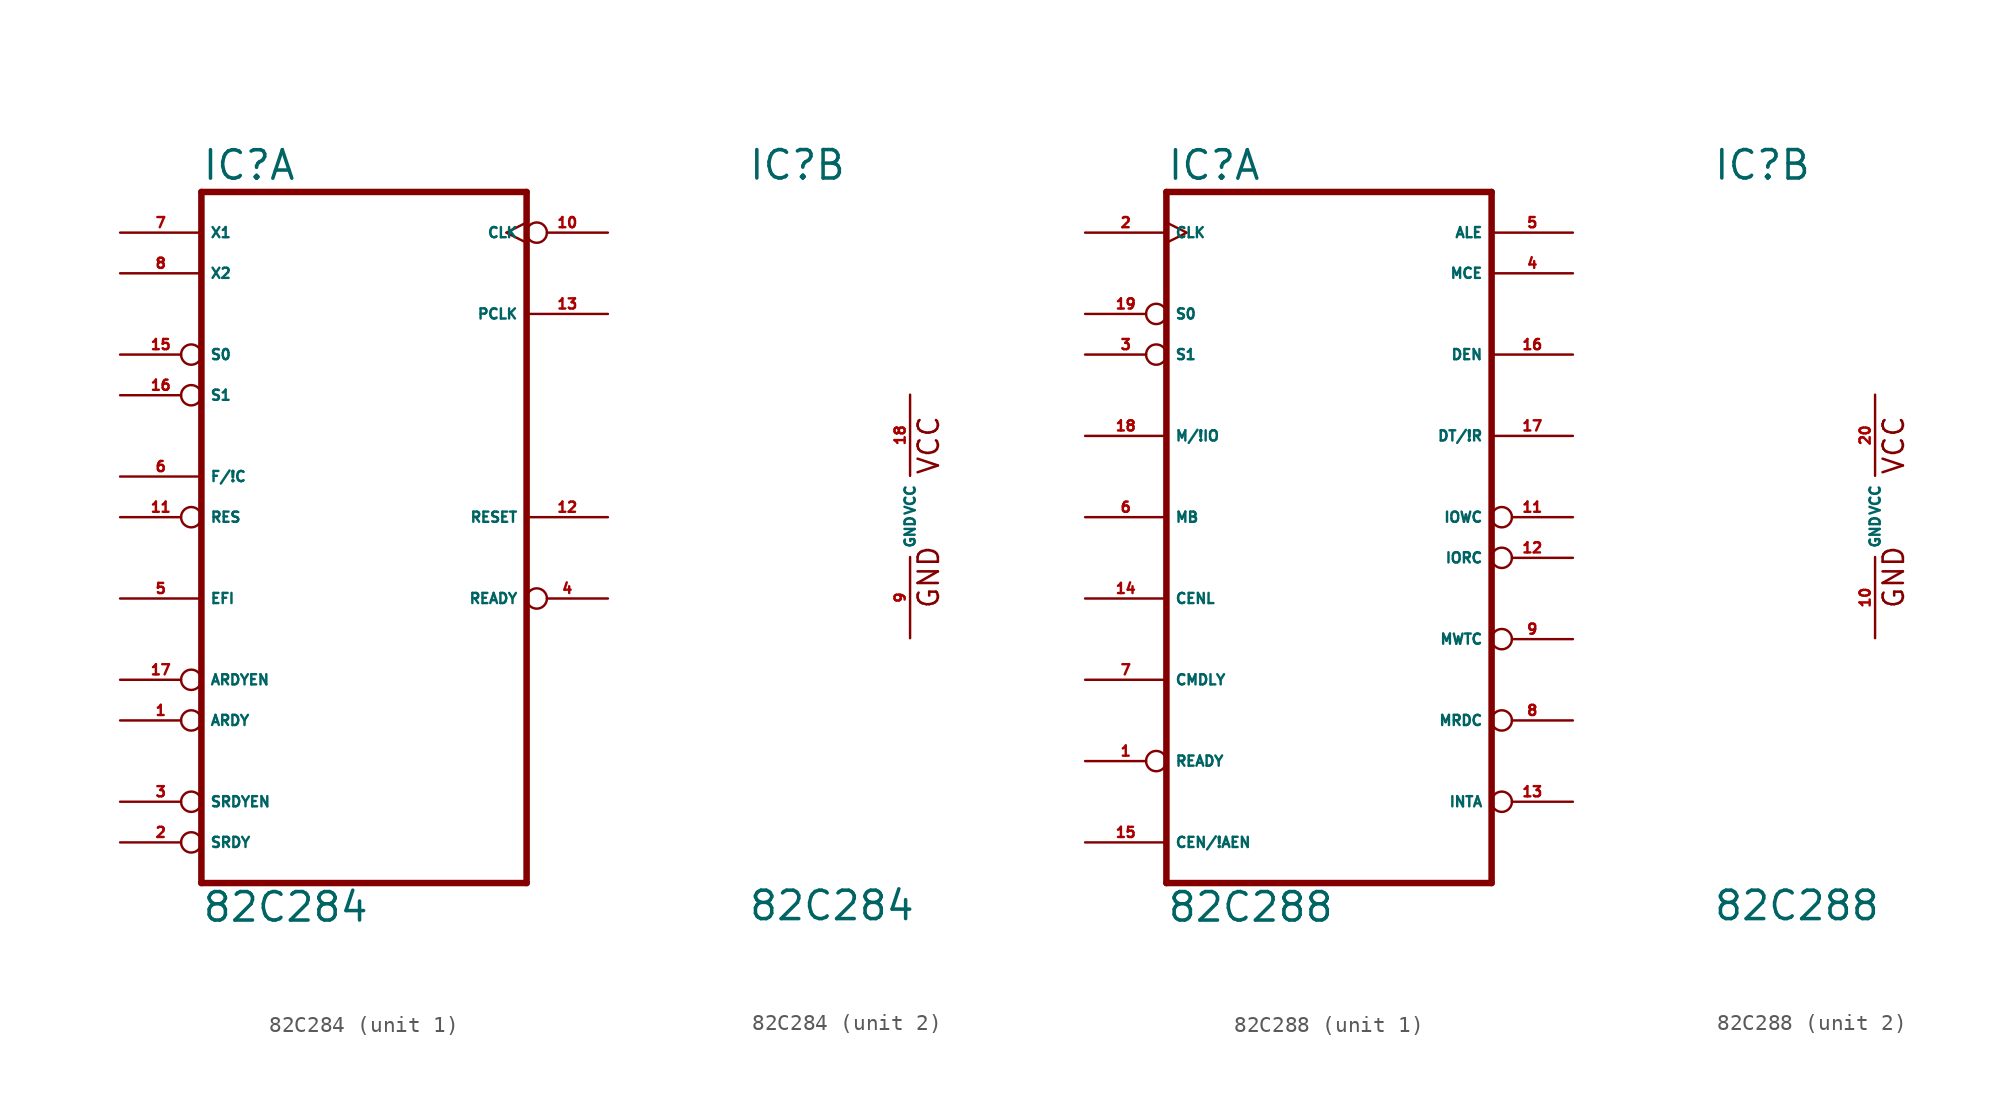
<source format=kicad_sym>
(kicad_symbol_lib
  (version 20220914)
  (generator Eagle2Kicad)
  (symbol "82C284"
    (property "Reference" "IC"
      (at -10.16 20.955 0)
      (effects (font (size 1.778 1.778) (thickness 0.22)) (justify left bottom)))
    (property "Value" "82C284"
      (at -10.16 -25.4 0)
      (effects (font (size 1.778 1.778) (thickness 0.22)) (justify left bottom)))
    (symbol "82C284_1_0"
      (polyline (pts (xy -10.16 -22.86) (xy 10.16 -22.86)) (stroke (width 0.406) (type default)) (fill (type none)))
      (polyline (pts (xy 10.16 20.32) (xy 10.16 -22.86)) (stroke (width 0.406) (type default)) (fill (type none)))
      (polyline (pts (xy 10.16 20.32) (xy -10.16 20.32)) (stroke (width 0.406) (type default)) (fill (type none)))
      (polyline (pts (xy -10.16 -22.86) (xy -10.16 20.32)) (stroke (width 0.406) (type default)) (fill (type none)))
      (pin output inverted_clock (at 15.24 17.78 180) (length 5.08) (name "CLK" (effects (font (size 0.635 0.635) (thickness 0.08)) (justify left bottom))) (number "10" (effects (font (size 0.635 0.635) (thickness 0.08)) (justify left bottom))))
      (pin input line (at -15.24 2.54 0) (length 5.08) (name "F/!C" (effects (font (size 0.635 0.635) (thickness 0.08)) (justify left bottom))) (number "6" (effects (font (size 0.635 0.635) (thickness 0.08)) (justify left bottom))))
      (pin input line (at -15.24 17.78 0) (length 5.08) (name "X1" (effects (font (size 0.635 0.635) (thickness 0.08)) (justify left bottom))) (number "7" (effects (font (size 0.635 0.635) (thickness 0.08)) (justify left bottom))))
      (pin input line (at -15.24 15.24 0) (length 5.08) (name "X2" (effects (font (size 0.635 0.635) (thickness 0.08)) (justify left bottom))) (number "8" (effects (font (size 0.635 0.635) (thickness 0.08)) (justify left bottom))))
      (pin input line (at -15.24 -5.08 0) (length 5.08) (name "EFI" (effects (font (size 0.635 0.635) (thickness 0.08)) (justify left bottom))) (number "5" (effects (font (size 0.635 0.635) (thickness 0.08)) (justify left bottom))))
      (pin input inverted (at -15.24 -10.16 0) (length 5.08) (name "ARDYEN" (effects (font (size 0.635 0.635) (thickness 0.08)) (justify left bottom))) (number "17" (effects (font (size 0.635 0.635) (thickness 0.08)) (justify left bottom))))
      (pin input inverted (at -15.24 -12.7 0) (length 5.08) (name "ARDY" (effects (font (size 0.635 0.635) (thickness 0.08)) (justify left bottom))) (number "1" (effects (font (size 0.635 0.635) (thickness 0.08)) (justify left bottom))))
      (pin output inverted (at 15.24 -5.08 180) (length 5.08) (name "READY" (effects (font (size 0.635 0.635) (thickness 0.08)) (justify left bottom))) (number "4" (effects (font (size 0.635 0.635) (thickness 0.08)) (justify left bottom))))
      (pin output line (at 15.24 12.7 180) (length 5.08) (name "PCLK" (effects (font (size 0.635 0.635) (thickness 0.08)) (justify left bottom))) (number "13" (effects (font (size 0.635 0.635) (thickness 0.08)) (justify left bottom))))
      (pin output line (at 15.24 0 180) (length 5.08) (name "RESET" (effects (font (size 0.635 0.635) (thickness 0.08)) (justify left bottom))) (number "12" (effects (font (size 0.635 0.635) (thickness 0.08)) (justify left bottom))))
      (pin input inverted (at -15.24 10.16 0) (length 5.08) (name "S0" (effects (font (size 0.635 0.635) (thickness 0.08)) (justify left bottom))) (number "15" (effects (font (size 0.635 0.635) (thickness 0.08)) (justify left bottom))))
      (pin input inverted (at -15.24 7.62 0) (length 5.08) (name "S1" (effects (font (size 0.635 0.635) (thickness 0.08)) (justify left bottom))) (number "16" (effects (font (size 0.635 0.635) (thickness 0.08)) (justify left bottom))))
      (pin input inverted (at -15.24 0 0) (length 5.08) (name "RES" (effects (font (size 0.635 0.635) (thickness 0.08)) (justify left bottom))) (number "11" (effects (font (size 0.635 0.635) (thickness 0.08)) (justify left bottom))))
      (pin input inverted (at -15.24 -17.78 0) (length 5.08) (name "SRDYEN" (effects (font (size 0.635 0.635) (thickness 0.08)) (justify left bottom))) (number "3" (effects (font (size 0.635 0.635) (thickness 0.08)) (justify left bottom))))
      (pin input inverted (at -15.24 -20.32 0) (length 5.08) (name "SRDY" (effects (font (size 0.635 0.635) (thickness 0.08)) (justify left bottom))) (number "2" (effects (font (size 0.635 0.635) (thickness 0.08)) (justify left bottom)))))
    (symbol "82C284_2_0"
      (text "GND" (at 1.905 -5.842 900) (effects (font (size 1.27 1.27) (thickness 0.16)) (justify left bottom)))
      (text "VCC" (at 1.905 2.54 900) (effects (font (size 1.27 1.27) (thickness 0.16)) (justify left bottom)))
      (pin unspecified line (at 0 -7.62 90) (length 5.08) (name "GND" (effects (font (size 0.635 0.635) (thickness 0.08)) (justify left bottom))) (number "9" (effects (font (size 0.635 0.635) (thickness 0.08)) (justify left bottom))))
      (pin unspecified line (at 0 7.62 270) (length 5.08) (name "VCC" (effects (font (size 0.635 0.635) (thickness 0.08)) (justify left bottom))) (number "18" (effects (font (size 0.635 0.635) (thickness 0.08)) (justify left bottom))))))
  (symbol "82C288"
    (property "Reference" "IC"
      (at -10.16 20.955 0)
      (effects (font (size 1.778 1.778) (thickness 0.22)) (justify left bottom)))
    (property "Value" "82C288"
      (at -10.16 -25.4 0)
      (effects (font (size 1.778 1.778) (thickness 0.22)) (justify left bottom)))
    (symbol "82C288_1_0"
      (polyline (pts (xy -10.16 -22.86) (xy 10.16 -22.86)) (stroke (width 0.406) (type default)) (fill (type none)))
      (polyline (pts (xy 10.16 20.32) (xy 10.16 -22.86)) (stroke (width 0.406) (type default)) (fill (type none)))
      (polyline (pts (xy 10.16 20.32) (xy -10.16 20.32)) (stroke (width 0.406) (type default)) (fill (type none)))
      (polyline (pts (xy -10.16 -22.86) (xy -10.16 20.32)) (stroke (width 0.406) (type default)) (fill (type none)))
      (pin input clock (at -15.24 17.78 0) (length 5.08) (name "CLK" (effects (font (size 0.635 0.635) (thickness 0.08)) (justify left bottom))) (number "2" (effects (font (size 0.635 0.635) (thickness 0.08)) (justify left bottom))))
      (pin input inverted (at -15.24 12.7 0) (length 5.08) (name "S0" (effects (font (size 0.635 0.635) (thickness 0.08)) (justify left bottom))) (number "19" (effects (font (size 0.635 0.635) (thickness 0.08)) (justify left bottom))))
      (pin input inverted (at -15.24 10.16 0) (length 5.08) (name "S1" (effects (font (size 0.635 0.635) (thickness 0.08)) (justify left bottom))) (number "3" (effects (font (size 0.635 0.635) (thickness 0.08)) (justify left bottom))))
      (pin input line (at -15.24 5.08 0) (length 5.08) (name "M/!IO" (effects (font (size 0.635 0.635) (thickness 0.08)) (justify left bottom))) (number "18" (effects (font (size 0.635 0.635) (thickness 0.08)) (justify left bottom))))
      (pin input line (at -15.24 0 0) (length 5.08) (name "MB" (effects (font (size 0.635 0.635) (thickness 0.08)) (justify left bottom))) (number "6" (effects (font (size 0.635 0.635) (thickness 0.08)) (justify left bottom))))
      (pin input line (at -15.24 -5.08 0) (length 5.08) (name "CENL" (effects (font (size 0.635 0.635) (thickness 0.08)) (justify left bottom))) (number "14" (effects (font (size 0.635 0.635) (thickness 0.08)) (justify left bottom))))
      (pin input line (at -15.24 -10.16 0) (length 5.08) (name "CMDLY" (effects (font (size 0.635 0.635) (thickness 0.08)) (justify left bottom))) (number "7" (effects (font (size 0.635 0.635) (thickness 0.08)) (justify left bottom))))
      (pin input inverted (at -15.24 -15.24 0) (length 5.08) (name "READY" (effects (font (size 0.635 0.635) (thickness 0.08)) (justify left bottom))) (number "1" (effects (font (size 0.635 0.635) (thickness 0.08)) (justify left bottom))))
      (pin output line (at 15.24 17.78 180) (length 5.08) (name "ALE" (effects (font (size 0.635 0.635) (thickness 0.08)) (justify left bottom))) (number "5" (effects (font (size 0.635 0.635) (thickness 0.08)) (justify left bottom))))
      (pin output line (at 15.24 15.24 180) (length 5.08) (name "MCE" (effects (font (size 0.635 0.635) (thickness 0.08)) (justify left bottom))) (number "4" (effects (font (size 0.635 0.635) (thickness 0.08)) (justify left bottom))))
      (pin output line (at 15.24 10.16 180) (length 5.08) (name "DEN" (effects (font (size 0.635 0.635) (thickness 0.08)) (justify left bottom))) (number "16" (effects (font (size 0.635 0.635) (thickness 0.08)) (justify left bottom))))
      (pin output line (at 15.24 5.08 180) (length 5.08) (name "DT/!R" (effects (font (size 0.635 0.635) (thickness 0.08)) (justify left bottom))) (number "17" (effects (font (size 0.635 0.635) (thickness 0.08)) (justify left bottom))))
      (pin output inverted (at 15.24 0 180) (length 5.08) (name "IOWC" (effects (font (size 0.635 0.635) (thickness 0.08)) (justify left bottom))) (number "11" (effects (font (size 0.635 0.635) (thickness 0.08)) (justify left bottom))))
      (pin output inverted (at 15.24 -2.54 180) (length 5.08) (name "IORC" (effects (font (size 0.635 0.635) (thickness 0.08)) (justify left bottom))) (number "12" (effects (font (size 0.635 0.635) (thickness 0.08)) (justify left bottom))))
      (pin output inverted (at 15.24 -7.62 180) (length 5.08) (name "MWTC" (effects (font (size 0.635 0.635) (thickness 0.08)) (justify left bottom))) (number "9" (effects (font (size 0.635 0.635) (thickness 0.08)) (justify left bottom))))
      (pin output inverted (at 15.24 -12.7 180) (length 5.08) (name "MRDC" (effects (font (size 0.635 0.635) (thickness 0.08)) (justify left bottom))) (number "8" (effects (font (size 0.635 0.635) (thickness 0.08)) (justify left bottom))))
      (pin input line (at -15.24 -20.32 0) (length 5.08) (name "CEN/!AEN" (effects (font (size 0.635 0.635) (thickness 0.08)) (justify left bottom))) (number "15" (effects (font (size 0.635 0.635) (thickness 0.08)) (justify left bottom))))
      (pin output inverted (at 15.24 -17.78 180) (length 5.08) (name "INTA" (effects (font (size 0.635 0.635) (thickness 0.08)) (justify left bottom))) (number "13" (effects (font (size 0.635 0.635) (thickness 0.08)) (justify left bottom)))))
    (symbol "82C288_2_0"
      (text "GND" (at 1.905 -5.842 900) (effects (font (size 1.27 1.27) (thickness 0.16)) (justify left bottom)))
      (text "VCC" (at 1.905 2.54 900) (effects (font (size 1.27 1.27) (thickness 0.16)) (justify left bottom)))
      (pin unspecified line (at 0 -7.62 90) (length 5.08) (name "GND" (effects (font (size 0.635 0.635) (thickness 0.08)) (justify left bottom))) (number "10" (effects (font (size 0.635 0.635) (thickness 0.08)) (justify left bottom))))
      (pin unspecified line (at 0 7.62 270) (length 5.08) (name "VCC" (effects (font (size 0.635 0.635) (thickness 0.08)) (justify left bottom))) (number "20" (effects (font (size 0.635 0.635) (thickness 0.08)) (justify left bottom)))))))
</source>
